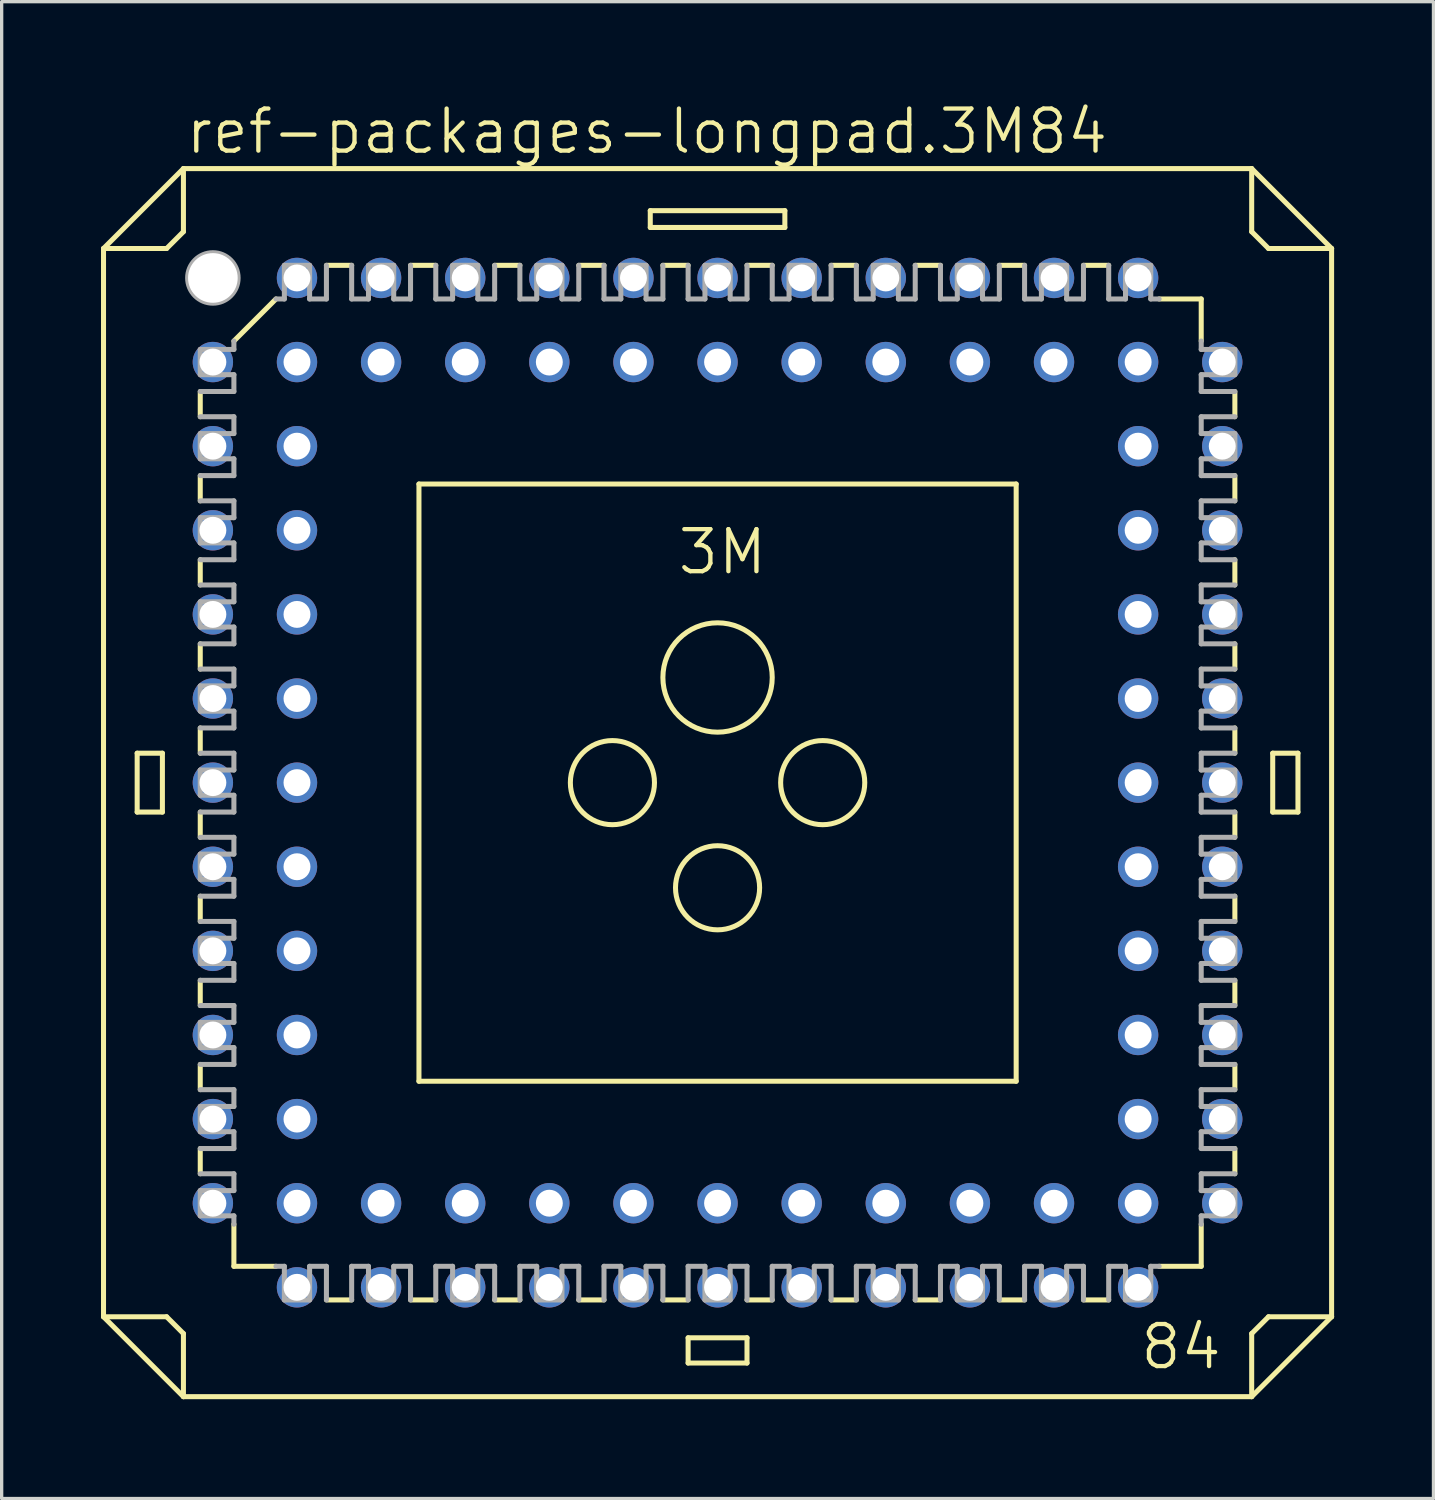
<source format=kicad_pcb>
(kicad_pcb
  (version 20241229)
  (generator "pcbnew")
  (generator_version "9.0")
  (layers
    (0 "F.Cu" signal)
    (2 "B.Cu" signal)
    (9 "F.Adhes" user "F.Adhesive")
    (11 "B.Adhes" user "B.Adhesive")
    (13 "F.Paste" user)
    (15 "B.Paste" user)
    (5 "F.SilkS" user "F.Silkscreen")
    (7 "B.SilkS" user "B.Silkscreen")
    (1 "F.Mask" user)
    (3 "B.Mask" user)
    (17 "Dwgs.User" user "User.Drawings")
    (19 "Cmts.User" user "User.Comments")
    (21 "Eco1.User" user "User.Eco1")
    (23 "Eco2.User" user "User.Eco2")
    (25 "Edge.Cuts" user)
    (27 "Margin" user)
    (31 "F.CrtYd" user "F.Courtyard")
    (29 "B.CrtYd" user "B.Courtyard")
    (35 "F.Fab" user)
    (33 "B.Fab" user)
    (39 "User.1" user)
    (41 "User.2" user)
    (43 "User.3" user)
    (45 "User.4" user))
  (footprint "ref-packages-longpad.3M84"
    (layer "F.Cu")
    (at 18.618 20.583)
    (property "Reference" "ref-packages-longpad.3M84" (at -16.129 -18.923 0) (layer "F.SilkS") (effects (font (size 1.27 1.27) (thickness 0.13)) (justify left bottom)))
    (attr through_hole)
    (fp_line (start -18.542 -16.129) (end -18.542 16.129) (stroke (width 0.152) (type default)) (layer "F.SilkS"))
    (fp_line (start -18.542 -16.129) (end -16.129 -18.542) (stroke (width 0.152) (type default)) (layer "F.SilkS"))
    (fp_line (start -18.542 16.129) (end -16.637 16.129) (stroke (width 0.152) (type default)) (layer "F.SilkS"))
    (fp_line (start -17.526 -0.889) (end -16.764 -0.889) (stroke (width 0.152) (type default)) (layer "F.SilkS"))
    (fp_line (start -17.526 0.889) (end -17.526 -0.889) (stroke (width 0.152) (type default)) (layer "F.SilkS"))
    (fp_line (start -17.526 0.889) (end -16.764 0.889) (stroke (width 0.152) (type default)) (layer "F.SilkS"))
    (fp_line (start -16.764 0.889) (end -16.764 -0.889) (stroke (width 0.152) (type default)) (layer "F.SilkS"))
    (fp_line (start -16.637 -16.129) (end -18.542 -16.129) (stroke (width 0.152) (type default)) (layer "F.SilkS"))
    (fp_line (start -16.637 -16.129) (end -16.129 -16.637) (stroke (width 0.152) (type default)) (layer "F.SilkS"))
    (fp_line (start -16.129 -18.542) (end -16.129 -16.637) (stroke (width 0.152) (type default)) (layer "F.SilkS"))
    (fp_line (start -16.129 16.637) (end -16.637 16.129) (stroke (width 0.152) (type default)) (layer "F.SilkS"))
    (fp_line (start -16.129 16.637) (end -16.129 18.542) (stroke (width 0.152) (type default)) (layer "F.SilkS"))
    (fp_line (start -16.129 18.542) (end -18.542 16.129) (stroke (width 0.152) (type default)) (layer "F.SilkS"))
    (fp_line (start -15.621 -11.811) (end -15.621 -11.049) (stroke (width 0.152) (type default)) (layer "F.SilkS"))
    (fp_line (start -15.621 -9.271) (end -15.621 -8.509) (stroke (width 0.152) (type default)) (layer "F.SilkS"))
    (fp_line (start -15.621 -6.731) (end -15.621 -5.969) (stroke (width 0.152) (type default)) (layer "F.SilkS"))
    (fp_line (start -15.621 -4.191) (end -15.621 -3.429) (stroke (width 0.152) (type default)) (layer "F.SilkS"))
    (fp_line (start -15.621 -0.889) (end -15.621 -1.651) (stroke (width 0.152) (type default)) (layer "F.SilkS"))
    (fp_line (start -15.621 1.651) (end -15.621 0.889) (stroke (width 0.152) (type default)) (layer "F.SilkS"))
    (fp_line (start -15.621 4.191) (end -15.621 3.429) (stroke (width 0.152) (type default)) (layer "F.SilkS"))
    (fp_line (start -15.621 5.969) (end -15.621 6.731) (stroke (width 0.152) (type default)) (layer "F.SilkS"))
    (fp_line (start -15.621 8.509) (end -15.621 9.271) (stroke (width 0.152) (type default)) (layer "F.SilkS"))
    (fp_line (start -15.621 11.049) (end -15.621 11.811) (stroke (width 0.152) (type default)) (layer "F.SilkS"))
    (fp_line (start -14.605 -13.335) (end -13.335 -14.605) (stroke (width 0.152) (type default)) (layer "F.SilkS"))
    (fp_line (start -14.605 14.605) (end -14.605 13.335) (stroke (width 0.152) (type default)) (layer "F.SilkS"))
    (fp_line (start -14.605 14.605) (end -13.335 14.605) (stroke (width 0.152) (type default)) (layer "F.SilkS"))
    (fp_line (start -11.811 15.621) (end -11.049 15.621) (stroke (width 0.152) (type default)) (layer "F.SilkS"))
    (fp_line (start -11.049 -15.621) (end -11.811 -15.621) (stroke (width 0.152) (type default)) (layer "F.SilkS"))
    (fp_line (start -9.271 15.621) (end -8.509 15.621) (stroke (width 0.152) (type default)) (layer "F.SilkS"))
    (fp_line (start -9.017 -9.017) (end -9.017 9.017) (stroke (width 0.152) (type default)) (layer "F.SilkS"))
    (fp_line (start -9.017 -9.017) (end 9.017 -9.017) (stroke (width 0.152) (type default)) (layer "F.SilkS"))
    (fp_line (start -8.509 -15.621) (end -9.271 -15.621) (stroke (width 0.152) (type default)) (layer "F.SilkS"))
    (fp_line (start -6.731 15.621) (end -5.969 15.621) (stroke (width 0.152) (type default)) (layer "F.SilkS"))
    (fp_line (start -5.969 -15.621) (end -6.731 -15.621) (stroke (width 0.152) (type default)) (layer "F.SilkS"))
    (fp_line (start -4.191 15.621) (end -3.429 15.621) (stroke (width 0.152) (type default)) (layer "F.SilkS"))
    (fp_line (start -3.429 -15.621) (end -4.191 -15.621) (stroke (width 0.152) (type default)) (layer "F.SilkS"))
    (fp_line (start -2.032 -17.272) (end -2.032 -16.764) (stroke (width 0.152) (type default)) (layer "F.SilkS"))
    (fp_line (start -1.651 15.621) (end -0.889 15.621) (stroke (width 0.152) (type default)) (layer "F.SilkS"))
    (fp_line (start -0.889 -15.621) (end -1.651 -15.621) (stroke (width 0.152) (type default)) (layer "F.SilkS"))
    (fp_line (start -0.889 17.526) (end -0.889 16.764) (stroke (width 0.152) (type default)) (layer "F.SilkS"))
    (fp_line (start -0.889 17.526) (end 0.889 17.526) (stroke (width 0.152) (type default)) (layer "F.SilkS"))
    (fp_line (start 0.889 15.621) (end 1.651 15.621) (stroke (width 0.152) (type default)) (layer "F.SilkS"))
    (fp_line (start 0.889 16.764) (end -0.889 16.764) (stroke (width 0.152) (type default)) (layer "F.SilkS"))
    (fp_line (start 0.889 16.764) (end 0.889 17.526) (stroke (width 0.152) (type default)) (layer "F.SilkS"))
    (fp_line (start 1.651 -15.621) (end 0.889 -15.621) (stroke (width 0.152) (type default)) (layer "F.SilkS"))
    (fp_line (start 2.032 -17.272) (end -2.032 -17.272) (stroke (width 0.152) (type default)) (layer "F.SilkS"))
    (fp_line (start 2.032 -16.764) (end -2.032 -16.764) (stroke (width 0.152) (type default)) (layer "F.SilkS"))
    (fp_line (start 2.032 -16.764) (end 2.032 -17.272) (stroke (width 0.152) (type default)) (layer "F.SilkS"))
    (fp_line (start 3.429 15.621) (end 4.191 15.621) (stroke (width 0.152) (type default)) (layer "F.SilkS"))
    (fp_line (start 4.191 -15.621) (end 3.429 -15.621) (stroke (width 0.152) (type default)) (layer "F.SilkS"))
    (fp_line (start 5.969 15.621) (end 6.731 15.621) (stroke (width 0.152) (type default)) (layer "F.SilkS"))
    (fp_line (start 6.731 -15.621) (end 5.969 -15.621) (stroke (width 0.152) (type default)) (layer "F.SilkS"))
    (fp_line (start 8.509 15.621) (end 9.271 15.621) (stroke (width 0.152) (type default)) (layer "F.SilkS"))
    (fp_line (start 9.017 9.017) (end -9.017 9.017) (stroke (width 0.152) (type default)) (layer "F.SilkS"))
    (fp_line (start 9.017 9.017) (end 9.017 -9.017) (stroke (width 0.152) (type default)) (layer "F.SilkS"))
    (fp_line (start 9.271 -15.621) (end 8.509 -15.621) (stroke (width 0.152) (type default)) (layer "F.SilkS"))
    (fp_line (start 11.049 15.621) (end 11.811 15.621) (stroke (width 0.152) (type default)) (layer "F.SilkS"))
    (fp_line (start 11.811 -15.621) (end 11.049 -15.621) (stroke (width 0.152) (type default)) (layer "F.SilkS"))
    (fp_line (start 13.335 14.605) (end 14.605 14.605) (stroke (width 0.152) (type default)) (layer "F.SilkS"))
    (fp_line (start 14.605 -14.605) (end 13.335 -14.605) (stroke (width 0.152) (type default)) (layer "F.SilkS"))
    (fp_line (start 14.605 -14.605) (end 14.605 -13.335) (stroke (width 0.152) (type default)) (layer "F.SilkS"))
    (fp_line (start 14.605 14.605) (end 14.605 13.335) (stroke (width 0.152) (type default)) (layer "F.SilkS"))
    (fp_line (start 15.621 -11.049) (end 15.621 -11.811) (stroke (width 0.152) (type default)) (layer "F.SilkS"))
    (fp_line (start 15.621 -8.509) (end 15.621 -9.271) (stroke (width 0.152) (type default)) (layer "F.SilkS"))
    (fp_line (start 15.621 -5.969) (end 15.621 -6.731) (stroke (width 0.152) (type default)) (layer "F.SilkS"))
    (fp_line (start 15.621 -4.191) (end 15.621 -3.429) (stroke (width 0.152) (type default)) (layer "F.SilkS"))
    (fp_line (start 15.621 -1.651) (end 15.621 -0.889) (stroke (width 0.152) (type default)) (layer "F.SilkS"))
    (fp_line (start 15.621 0.889) (end 15.621 1.651) (stroke (width 0.152) (type default)) (layer "F.SilkS"))
    (fp_line (start 15.621 4.191) (end 15.621 3.429) (stroke (width 0.152) (type default)) (layer "F.SilkS"))
    (fp_line (start 15.621 6.731) (end 15.621 5.969) (stroke (width 0.152) (type default)) (layer "F.SilkS"))
    (fp_line (start 15.621 9.271) (end 15.621 8.509) (stroke (width 0.152) (type default)) (layer "F.SilkS"))
    (fp_line (start 15.621 11.811) (end 15.621 11.049) (stroke (width 0.152) (type default)) (layer "F.SilkS"))
    (fp_line (start 16.129 -18.542) (end -16.129 -18.542) (stroke (width 0.152) (type default)) (layer "F.SilkS"))
    (fp_line (start 16.129 -18.542) (end 18.542 -16.129) (stroke (width 0.152) (type default)) (layer "F.SilkS"))
    (fp_line (start 16.129 -16.637) (end 16.129 -18.542) (stroke (width 0.152) (type default)) (layer "F.SilkS"))
    (fp_line (start 16.129 -16.637) (end 16.637 -16.129) (stroke (width 0.152) (type default)) (layer "F.SilkS"))
    (fp_line (start 16.129 18.542) (end -16.129 18.542) (stroke (width 0.152) (type default)) (layer "F.SilkS"))
    (fp_line (start 16.129 18.542) (end 16.129 16.637) (stroke (width 0.152) (type default)) (layer "F.SilkS"))
    (fp_line (start 16.637 16.129) (end 16.129 16.637) (stroke (width 0.152) (type default)) (layer "F.SilkS"))
    (fp_line (start 16.637 16.129) (end 18.542 16.129) (stroke (width 0.152) (type default)) (layer "F.SilkS"))
    (fp_line (start 16.764 -0.889) (end 16.764 0.889) (stroke (width 0.152) (type default)) (layer "F.SilkS"))
    (fp_line (start 16.764 -0.889) (end 17.526 -0.889) (stroke (width 0.152) (type default)) (layer "F.SilkS"))
    (fp_line (start 17.526 0.889) (end 16.764 0.889) (stroke (width 0.152) (type default)) (layer "F.SilkS"))
    (fp_line (start 17.526 0.889) (end 17.526 -0.889) (stroke (width 0.152) (type default)) (layer "F.SilkS"))
    (fp_line (start 18.542 -16.129) (end 16.637 -16.129) (stroke (width 0.152) (type default)) (layer "F.SilkS"))
    (fp_line (start 18.542 -16.129) (end 18.542 16.129) (stroke (width 0.152) (type default)) (layer "F.SilkS"))
    (fp_line (start 18.542 16.129) (end 16.129 18.542) (stroke (width 0.152) (type default)) (layer "F.SilkS"))
    (fp_circle (center -3.175 0) (end -1.905 0) (stroke (width 0.152) (type default)) (fill no) (layer "F.SilkS"))
    (fp_circle (center 0 -3.175) (end 1.651 -3.175) (stroke (width 0.152) (type default)) (fill no) (layer "F.SilkS"))
    (fp_circle (center 0 3.175) (end 1.27 3.175) (stroke (width 0.152) (type default)) (fill no) (layer "F.SilkS"))
    (fp_circle (center 3.175 0) (end 4.445 0) (stroke (width 0.152) (type default)) (fill no) (layer "F.SilkS"))
    (fp_line (start -15.621 -12.319) (end -15.621 -13.081) (stroke (width 0.152) (type default)) (layer "F.Fab"))
    (fp_line (start -15.621 -12.319) (end -14.605 -12.319) (stroke (width 0.152) (type default)) (layer "F.Fab"))
    (fp_line (start -15.621 -11.811) (end -14.605 -11.811) (stroke (width 0.152) (type default)) (layer "F.Fab"))
    (fp_line (start -15.621 -9.779) (end -15.621 -10.541) (stroke (width 0.152) (type default)) (layer "F.Fab"))
    (fp_line (start -15.621 -9.779) (end -14.605 -9.779) (stroke (width 0.152) (type default)) (layer "F.Fab"))
    (fp_line (start -15.621 -9.271) (end -14.605 -9.271) (stroke (width 0.152) (type default)) (layer "F.Fab"))
    (fp_line (start -15.621 -7.239) (end -15.621 -8.001) (stroke (width 0.152) (type default)) (layer "F.Fab"))
    (fp_line (start -15.621 -7.239) (end -14.605 -7.239) (stroke (width 0.152) (type default)) (layer "F.Fab"))
    (fp_line (start -15.621 -6.731) (end -14.605 -6.731) (stroke (width 0.152) (type default)) (layer "F.Fab"))
    (fp_line (start -15.621 -4.699) (end -15.621 -5.461) (stroke (width 0.152) (type default)) (layer "F.Fab"))
    (fp_line (start -15.621 -4.699) (end -14.605 -4.699) (stroke (width 0.152) (type default)) (layer "F.Fab"))
    (fp_line (start -15.621 -4.191) (end -14.605 -4.191) (stroke (width 0.152) (type default)) (layer "F.Fab"))
    (fp_line (start -15.621 -2.159) (end -15.621 -2.921) (stroke (width 0.152) (type default)) (layer "F.Fab"))
    (fp_line (start -15.621 -2.159) (end -14.605 -2.159) (stroke (width 0.152) (type default)) (layer "F.Fab"))
    (fp_line (start -15.621 -0.889) (end -14.605 -0.889) (stroke (width 0.152) (type default)) (layer "F.Fab"))
    (fp_line (start -15.621 0.381) (end -15.621 -0.381) (stroke (width 0.152) (type default)) (layer "F.Fab"))
    (fp_line (start -15.621 0.381) (end -14.605 0.381) (stroke (width 0.152) (type default)) (layer "F.Fab"))
    (fp_line (start -15.621 1.651) (end -14.605 1.651) (stroke (width 0.152) (type default)) (layer "F.Fab"))
    (fp_line (start -15.621 2.921) (end -15.621 2.159) (stroke (width 0.152) (type default)) (layer "F.Fab"))
    (fp_line (start -15.621 2.921) (end -14.605 2.921) (stroke (width 0.152) (type default)) (layer "F.Fab"))
    (fp_line (start -15.621 4.191) (end -14.605 4.191) (stroke (width 0.152) (type default)) (layer "F.Fab"))
    (fp_line (start -15.621 5.461) (end -15.621 4.699) (stroke (width 0.152) (type default)) (layer "F.Fab"))
    (fp_line (start -15.621 5.461) (end -14.605 5.461) (stroke (width 0.152) (type default)) (layer "F.Fab"))
    (fp_line (start -15.621 5.969) (end -14.605 5.969) (stroke (width 0.152) (type default)) (layer "F.Fab"))
    (fp_line (start -15.621 8.001) (end -15.621 7.239) (stroke (width 0.152) (type default)) (layer "F.Fab"))
    (fp_line (start -15.621 8.001) (end -14.605 8.001) (stroke (width 0.152) (type default)) (layer "F.Fab"))
    (fp_line (start -15.621 8.509) (end -14.605 8.509) (stroke (width 0.152) (type default)) (layer "F.Fab"))
    (fp_line (start -15.621 10.541) (end -15.621 9.779) (stroke (width 0.152) (type default)) (layer "F.Fab"))
    (fp_line (start -15.621 10.541) (end -14.605 10.541) (stroke (width 0.152) (type default)) (layer "F.Fab"))
    (fp_line (start -15.621 11.049) (end -14.605 11.049) (stroke (width 0.152) (type default)) (layer "F.Fab"))
    (fp_line (start -15.621 13.081) (end -15.621 12.319) (stroke (width 0.152) (type default)) (layer "F.Fab"))
    (fp_line (start -15.621 13.081) (end -14.605 13.081) (stroke (width 0.152) (type default)) (layer "F.Fab"))
    (fp_line (start -14.605 -13.081) (end -15.621 -13.081) (stroke (width 0.152) (type default)) (layer "F.Fab"))
    (fp_line (start -14.605 -13.081) (end -14.605 -13.335) (stroke (width 0.152) (type default)) (layer "F.Fab"))
    (fp_line (start -14.605 -12.319) (end -14.605 -11.811) (stroke (width 0.152) (type default)) (layer "F.Fab"))
    (fp_line (start -14.605 -11.049) (end -15.621 -11.049) (stroke (width 0.152) (type default)) (layer "F.Fab"))
    (fp_line (start -14.605 -10.541) (end -15.621 -10.541) (stroke (width 0.152) (type default)) (layer "F.Fab"))
    (fp_line (start -14.605 -10.541) (end -14.605 -11.049) (stroke (width 0.152) (type default)) (layer "F.Fab"))
    (fp_line (start -14.605 -9.779) (end -14.605 -9.271) (stroke (width 0.152) (type default)) (layer "F.Fab"))
    (fp_line (start -14.605 -8.509) (end -15.621 -8.509) (stroke (width 0.152) (type default)) (layer "F.Fab"))
    (fp_line (start -14.605 -8.001) (end -15.621 -8.001) (stroke (width 0.152) (type default)) (layer "F.Fab"))
    (fp_line (start -14.605 -8.001) (end -14.605 -8.509) (stroke (width 0.152) (type default)) (layer "F.Fab"))
    (fp_line (start -14.605 -6.731) (end -14.605 -7.239) (stroke (width 0.152) (type default)) (layer "F.Fab"))
    (fp_line (start -14.605 -5.969) (end -15.621 -5.969) (stroke (width 0.152) (type default)) (layer "F.Fab"))
    (fp_line (start -14.605 -5.969) (end -14.605 -5.461) (stroke (width 0.152) (type default)) (layer "F.Fab"))
    (fp_line (start -14.605 -5.461) (end -15.621 -5.461) (stroke (width 0.152) (type default)) (layer "F.Fab"))
    (fp_line (start -14.605 -4.699) (end -14.605 -4.191) (stroke (width 0.152) (type default)) (layer "F.Fab"))
    (fp_line (start -14.605 -3.429) (end -15.621 -3.429) (stroke (width 0.152) (type default)) (layer "F.Fab"))
    (fp_line (start -14.605 -3.429) (end -14.605 -2.921) (stroke (width 0.152) (type default)) (layer "F.Fab"))
    (fp_line (start -14.605 -2.921) (end -15.621 -2.921) (stroke (width 0.152) (type default)) (layer "F.Fab"))
    (fp_line (start -14.605 -2.159) (end -14.605 -1.651) (stroke (width 0.152) (type default)) (layer "F.Fab"))
    (fp_line (start -14.605 -1.651) (end -15.621 -1.651) (stroke (width 0.152) (type default)) (layer "F.Fab"))
    (fp_line (start -14.605 -0.381) (end -15.621 -0.381) (stroke (width 0.152) (type default)) (layer "F.Fab"))
    (fp_line (start -14.605 -0.381) (end -14.605 -0.889) (stroke (width 0.152) (type default)) (layer "F.Fab"))
    (fp_line (start -14.605 0.889) (end -15.621 0.889) (stroke (width 0.152) (type default)) (layer "F.Fab"))
    (fp_line (start -14.605 0.889) (end -14.605 0.381) (stroke (width 0.152) (type default)) (layer "F.Fab"))
    (fp_line (start -14.605 2.159) (end -15.621 2.159) (stroke (width 0.152) (type default)) (layer "F.Fab"))
    (fp_line (start -14.605 2.159) (end -14.605 1.651) (stroke (width 0.152) (type default)) (layer "F.Fab"))
    (fp_line (start -14.605 3.429) (end -15.621 3.429) (stroke (width 0.152) (type default)) (layer "F.Fab"))
    (fp_line (start -14.605 3.429) (end -14.605 2.921) (stroke (width 0.152) (type default)) (layer "F.Fab"))
    (fp_line (start -14.605 4.699) (end -15.621 4.699) (stroke (width 0.152) (type default)) (layer "F.Fab"))
    (fp_line (start -14.605 4.699) (end -14.605 4.191) (stroke (width 0.152) (type default)) (layer "F.Fab"))
    (fp_line (start -14.605 5.461) (end -14.605 5.969) (stroke (width 0.152) (type default)) (layer "F.Fab"))
    (fp_line (start -14.605 6.731) (end -15.621 6.731) (stroke (width 0.152) (type default)) (layer "F.Fab"))
    (fp_line (start -14.605 6.731) (end -14.605 7.239) (stroke (width 0.152) (type default)) (layer "F.Fab"))
    (fp_line (start -14.605 7.239) (end -15.621 7.239) (stroke (width 0.152) (type default)) (layer "F.Fab"))
    (fp_line (start -14.605 8.001) (end -14.605 8.509) (stroke (width 0.152) (type default)) (layer "F.Fab"))
    (fp_line (start -14.605 9.271) (end -15.621 9.271) (stroke (width 0.152) (type default)) (layer "F.Fab"))
    (fp_line (start -14.605 9.271) (end -14.605 9.779) (stroke (width 0.152) (type default)) (layer "F.Fab"))
    (fp_line (start -14.605 9.779) (end -15.621 9.779) (stroke (width 0.152) (type default)) (layer "F.Fab"))
    (fp_line (start -14.605 10.541) (end -14.605 11.049) (stroke (width 0.152) (type default)) (layer "F.Fab"))
    (fp_line (start -14.605 11.811) (end -15.621 11.811) (stroke (width 0.152) (type default)) (layer "F.Fab"))
    (fp_line (start -14.605 11.811) (end -14.605 12.319) (stroke (width 0.152) (type default)) (layer "F.Fab"))
    (fp_line (start -14.605 12.319) (end -15.621 12.319) (stroke (width 0.152) (type default)) (layer "F.Fab"))
    (fp_line (start -14.605 13.081) (end -14.605 13.335) (stroke (width 0.152) (type default)) (layer "F.Fab"))
    (fp_line (start -13.335 -14.605) (end -13.081 -14.605) (stroke (width 0.152) (type default)) (layer "F.Fab"))
    (fp_line (start -13.335 14.605) (end -13.081 14.605) (stroke (width 0.152) (type default)) (layer "F.Fab"))
    (fp_line (start -13.081 -15.621) (end -12.319 -15.621) (stroke (width 0.152) (type default)) (layer "F.Fab"))
    (fp_line (start -13.081 -14.605) (end -13.081 -15.621) (stroke (width 0.152) (type default)) (layer "F.Fab"))
    (fp_line (start -13.081 14.605) (end -13.081 15.621) (stroke (width 0.152) (type default)) (layer "F.Fab"))
    (fp_line (start -12.319 -14.605) (end -12.319 -15.621) (stroke (width 0.152) (type default)) (layer "F.Fab"))
    (fp_line (start -12.319 14.605) (end -11.811 14.605) (stroke (width 0.152) (type default)) (layer "F.Fab"))
    (fp_line (start -12.319 15.621) (end -13.081 15.621) (stroke (width 0.152) (type default)) (layer "F.Fab"))
    (fp_line (start -12.319 15.621) (end -12.319 14.605) (stroke (width 0.152) (type default)) (layer "F.Fab"))
    (fp_line (start -11.811 -14.605) (end -12.319 -14.605) (stroke (width 0.152) (type default)) (layer "F.Fab"))
    (fp_line (start -11.811 -14.605) (end -11.811 -15.621) (stroke (width 0.152) (type default)) (layer "F.Fab"))
    (fp_line (start -11.811 15.621) (end -11.811 14.605) (stroke (width 0.152) (type default)) (layer "F.Fab"))
    (fp_line (start -11.049 -15.621) (end -11.049 -14.605) (stroke (width 0.152) (type default)) (layer "F.Fab"))
    (fp_line (start -11.049 14.605) (end -11.049 15.621) (stroke (width 0.152) (type default)) (layer "F.Fab"))
    (fp_line (start -10.541 -15.621) (end -9.779 -15.621) (stroke (width 0.152) (type default)) (layer "F.Fab"))
    (fp_line (start -10.541 -14.605) (end -11.049 -14.605) (stroke (width 0.152) (type default)) (layer "F.Fab"))
    (fp_line (start -10.541 -14.605) (end -10.541 -15.621) (stroke (width 0.152) (type default)) (layer "F.Fab"))
    (fp_line (start -10.541 14.605) (end -11.049 14.605) (stroke (width 0.152) (type default)) (layer "F.Fab"))
    (fp_line (start -10.541 14.605) (end -10.541 15.621) (stroke (width 0.152) (type default)) (layer "F.Fab"))
    (fp_line (start -9.779 -14.605) (end -9.779 -15.621) (stroke (width 0.152) (type default)) (layer "F.Fab"))
    (fp_line (start -9.779 14.605) (end -9.271 14.605) (stroke (width 0.152) (type default)) (layer "F.Fab"))
    (fp_line (start -9.779 15.621) (end -10.541 15.621) (stroke (width 0.152) (type default)) (layer "F.Fab"))
    (fp_line (start -9.779 15.621) (end -9.779 14.605) (stroke (width 0.152) (type default)) (layer "F.Fab"))
    (fp_line (start -9.271 -14.605) (end -9.779 -14.605) (stroke (width 0.152) (type default)) (layer "F.Fab"))
    (fp_line (start -9.271 -14.605) (end -9.271 -15.621) (stroke (width 0.152) (type default)) (layer "F.Fab"))
    (fp_line (start -9.271 15.621) (end -9.271 14.605) (stroke (width 0.152) (type default)) (layer "F.Fab"))
    (fp_line (start -8.509 -15.621) (end -8.509 -14.605) (stroke (width 0.152) (type default)) (layer "F.Fab"))
    (fp_line (start -8.509 14.605) (end -8.509 15.621) (stroke (width 0.152) (type default)) (layer "F.Fab"))
    (fp_line (start -8.001 -15.621) (end -7.239 -15.621) (stroke (width 0.152) (type default)) (layer "F.Fab"))
    (fp_line (start -8.001 -14.605) (end -8.509 -14.605) (stroke (width 0.152) (type default)) (layer "F.Fab"))
    (fp_line (start -8.001 -14.605) (end -8.001 -15.621) (stroke (width 0.152) (type default)) (layer "F.Fab"))
    (fp_line (start -8.001 14.605) (end -8.509 14.605) (stroke (width 0.152) (type default)) (layer "F.Fab"))
    (fp_line (start -8.001 14.605) (end -8.001 15.621) (stroke (width 0.152) (type default)) (layer "F.Fab"))
    (fp_line (start -7.239 -14.605) (end -7.239 -15.621) (stroke (width 0.152) (type default)) (layer "F.Fab"))
    (fp_line (start -7.239 15.621) (end -8.001 15.621) (stroke (width 0.152) (type default)) (layer "F.Fab"))
    (fp_line (start -7.239 15.621) (end -7.239 14.605) (stroke (width 0.152) (type default)) (layer "F.Fab"))
    (fp_line (start -6.731 -14.605) (end -7.239 -14.605) (stroke (width 0.152) (type default)) (layer "F.Fab"))
    (fp_line (start -6.731 -14.605) (end -6.731 -15.621) (stroke (width 0.152) (type default)) (layer "F.Fab"))
    (fp_line (start -6.731 14.605) (end -7.239 14.605) (stroke (width 0.152) (type default)) (layer "F.Fab"))
    (fp_line (start -6.731 15.621) (end -6.731 14.605) (stroke (width 0.152) (type default)) (layer "F.Fab"))
    (fp_line (start -5.969 -15.621) (end -5.969 -14.605) (stroke (width 0.152) (type default)) (layer "F.Fab"))
    (fp_line (start -5.969 14.605) (end -5.969 15.621) (stroke (width 0.152) (type default)) (layer "F.Fab"))
    (fp_line (start -5.969 14.605) (end -5.461 14.605) (stroke (width 0.152) (type default)) (layer "F.Fab"))
    (fp_line (start -5.461 -15.621) (end -4.699 -15.621) (stroke (width 0.152) (type default)) (layer "F.Fab"))
    (fp_line (start -5.461 -14.605) (end -5.969 -14.605) (stroke (width 0.152) (type default)) (layer "F.Fab"))
    (fp_line (start -5.461 -14.605) (end -5.461 -15.621) (stroke (width 0.152) (type default)) (layer "F.Fab"))
    (fp_line (start -5.461 14.605) (end -5.461 15.621) (stroke (width 0.152) (type default)) (layer "F.Fab"))
    (fp_line (start -4.699 -14.605) (end -4.699 -15.621) (stroke (width 0.152) (type default)) (layer "F.Fab"))
    (fp_line (start -4.699 14.605) (end -4.191 14.605) (stroke (width 0.152) (type default)) (layer "F.Fab"))
    (fp_line (start -4.699 15.621) (end -5.461 15.621) (stroke (width 0.152) (type default)) (layer "F.Fab"))
    (fp_line (start -4.699 15.621) (end -4.699 14.605) (stroke (width 0.152) (type default)) (layer "F.Fab"))
    (fp_line (start -4.191 -14.605) (end -4.699 -14.605) (stroke (width 0.152) (type default)) (layer "F.Fab"))
    (fp_line (start -4.191 -14.605) (end -4.191 -15.621) (stroke (width 0.152) (type default)) (layer "F.Fab"))
    (fp_line (start -4.191 15.621) (end -4.191 14.605) (stroke (width 0.152) (type default)) (layer "F.Fab"))
    (fp_line (start -3.429 -15.621) (end -3.429 -14.605) (stroke (width 0.152) (type default)) (layer "F.Fab"))
    (fp_line (start -3.429 14.605) (end -3.429 15.621) (stroke (width 0.152) (type default)) (layer "F.Fab"))
    (fp_line (start -3.429 14.605) (end -2.921 14.605) (stroke (width 0.152) (type default)) (layer "F.Fab"))
    (fp_line (start -2.921 -15.621) (end -2.159 -15.621) (stroke (width 0.152) (type default)) (layer "F.Fab"))
    (fp_line (start -2.921 -14.605) (end -3.429 -14.605) (stroke (width 0.152) (type default)) (layer "F.Fab"))
    (fp_line (start -2.921 -14.605) (end -2.921 -15.621) (stroke (width 0.152) (type default)) (layer "F.Fab"))
    (fp_line (start -2.921 14.605) (end -2.921 15.621) (stroke (width 0.152) (type default)) (layer "F.Fab"))
    (fp_line (start -2.159 -14.605) (end -2.159 -15.621) (stroke (width 0.152) (type default)) (layer "F.Fab"))
    (fp_line (start -2.159 14.605) (end -1.651 14.605) (stroke (width 0.152) (type default)) (layer "F.Fab"))
    (fp_line (start -2.159 15.621) (end -2.921 15.621) (stroke (width 0.152) (type default)) (layer "F.Fab"))
    (fp_line (start -2.159 15.621) (end -2.159 14.605) (stroke (width 0.152) (type default)) (layer "F.Fab"))
    (fp_line (start -1.651 -14.605) (end -2.159 -14.605) (stroke (width 0.152) (type default)) (layer "F.Fab"))
    (fp_line (start -1.651 -14.605) (end -1.651 -15.621) (stroke (width 0.152) (type default)) (layer "F.Fab"))
    (fp_line (start -1.651 15.621) (end -1.651 14.605) (stroke (width 0.152) (type default)) (layer "F.Fab"))
    (fp_line (start -0.889 -15.621) (end -0.889 -14.605) (stroke (width 0.152) (type default)) (layer "F.Fab"))
    (fp_line (start -0.889 14.605) (end -0.889 15.621) (stroke (width 0.152) (type default)) (layer "F.Fab"))
    (fp_line (start -0.889 14.605) (end -0.381 14.605) (stroke (width 0.152) (type default)) (layer "F.Fab"))
    (fp_line (start -0.381 -15.621) (end -0.381 -14.605) (stroke (width 0.152) (type default)) (layer "F.Fab"))
    (fp_line (start -0.381 -15.621) (end 0.381 -15.621) (stroke (width 0.152) (type default)) (layer "F.Fab"))
    (fp_line (start -0.381 -14.605) (end -0.889 -14.605) (stroke (width 0.152) (type default)) (layer "F.Fab"))
    (fp_line (start -0.381 14.605) (end -0.381 15.621) (stroke (width 0.152) (type default)) (layer "F.Fab"))
    (fp_line (start 0.381 -14.605) (end 0.381 -15.621) (stroke (width 0.152) (type default)) (layer "F.Fab"))
    (fp_line (start 0.381 14.605) (end 0.889 14.605) (stroke (width 0.152) (type default)) (layer "F.Fab"))
    (fp_line (start 0.381 15.621) (end -0.381 15.621) (stroke (width 0.152) (type default)) (layer "F.Fab"))
    (fp_line (start 0.381 15.621) (end 0.381 14.605) (stroke (width 0.152) (type default)) (layer "F.Fab"))
    (fp_line (start 0.889 -14.605) (end 0.381 -14.605) (stroke (width 0.152) (type default)) (layer "F.Fab"))
    (fp_line (start 0.889 -14.605) (end 0.889 -15.621) (stroke (width 0.152) (type default)) (layer "F.Fab"))
    (fp_line (start 0.889 15.621) (end 0.889 14.605) (stroke (width 0.152) (type default)) (layer "F.Fab"))
    (fp_line (start 1.651 -15.621) (end 1.651 -14.605) (stroke (width 0.152) (type default)) (layer "F.Fab"))
    (fp_line (start 1.651 14.605) (end 1.651 15.621) (stroke (width 0.152) (type default)) (layer "F.Fab"))
    (fp_line (start 1.651 14.605) (end 2.159 14.605) (stroke (width 0.152) (type default)) (layer "F.Fab"))
    (fp_line (start 2.159 -15.621) (end 2.159 -14.605) (stroke (width 0.152) (type default)) (layer "F.Fab"))
    (fp_line (start 2.159 -15.621) (end 2.921 -15.621) (stroke (width 0.152) (type default)) (layer "F.Fab"))
    (fp_line (start 2.159 -14.605) (end 1.651 -14.605) (stroke (width 0.152) (type default)) (layer "F.Fab"))
    (fp_line (start 2.159 14.605) (end 2.159 15.621) (stroke (width 0.152) (type default)) (layer "F.Fab"))
    (fp_line (start 2.921 -14.605) (end 2.921 -15.621) (stroke (width 0.152) (type default)) (layer "F.Fab"))
    (fp_line (start 2.921 14.605) (end 3.429 14.605) (stroke (width 0.152) (type default)) (layer "F.Fab"))
    (fp_line (start 2.921 15.621) (end 2.159 15.621) (stroke (width 0.152) (type default)) (layer "F.Fab"))
    (fp_line (start 2.921 15.621) (end 2.921 14.605) (stroke (width 0.152) (type default)) (layer "F.Fab"))
    (fp_line (start 3.429 -14.605) (end 2.921 -14.605) (stroke (width 0.152) (type default)) (layer "F.Fab"))
    (fp_line (start 3.429 -14.605) (end 3.429 -15.621) (stroke (width 0.152) (type default)) (layer "F.Fab"))
    (fp_line (start 3.429 15.621) (end 3.429 14.605) (stroke (width 0.152) (type default)) (layer "F.Fab"))
    (fp_line (start 4.191 -15.621) (end 4.191 -14.605) (stroke (width 0.152) (type default)) (layer "F.Fab"))
    (fp_line (start 4.191 14.605) (end 4.191 15.621) (stroke (width 0.152) (type default)) (layer "F.Fab"))
    (fp_line (start 4.191 14.605) (end 4.699 14.605) (stroke (width 0.152) (type default)) (layer "F.Fab"))
    (fp_line (start 4.699 -15.621) (end 4.699 -14.605) (stroke (width 0.152) (type default)) (layer "F.Fab"))
    (fp_line (start 4.699 -15.621) (end 5.461 -15.621) (stroke (width 0.152) (type default)) (layer "F.Fab"))
    (fp_line (start 4.699 -14.605) (end 4.191 -14.605) (stroke (width 0.152) (type default)) (layer "F.Fab"))
    (fp_line (start 4.699 14.605) (end 4.699 15.621) (stroke (width 0.152) (type default)) (layer "F.Fab"))
    (fp_line (start 5.461 -14.605) (end 5.461 -15.621) (stroke (width 0.152) (type default)) (layer "F.Fab"))
    (fp_line (start 5.461 14.605) (end 5.969 14.605) (stroke (width 0.152) (type default)) (layer "F.Fab"))
    (fp_line (start 5.461 15.621) (end 4.699 15.621) (stroke (width 0.152) (type default)) (layer "F.Fab"))
    (fp_line (start 5.461 15.621) (end 5.461 14.605) (stroke (width 0.152) (type default)) (layer "F.Fab"))
    (fp_line (start 5.969 -14.605) (end 5.461 -14.605) (stroke (width 0.152) (type default)) (layer "F.Fab"))
    (fp_line (start 5.969 -14.605) (end 5.969 -15.621) (stroke (width 0.152) (type default)) (layer "F.Fab"))
    (fp_line (start 5.969 15.621) (end 5.969 14.605) (stroke (width 0.152) (type default)) (layer "F.Fab"))
    (fp_line (start 6.731 -15.621) (end 6.731 -14.605) (stroke (width 0.152) (type default)) (layer "F.Fab"))
    (fp_line (start 6.731 -14.605) (end 7.239 -14.605) (stroke (width 0.152) (type default)) (layer "F.Fab"))
    (fp_line (start 6.731 14.605) (end 6.731 15.621) (stroke (width 0.152) (type default)) (layer "F.Fab"))
    (fp_line (start 6.731 14.605) (end 7.239 14.605) (stroke (width 0.152) (type default)) (layer "F.Fab"))
    (fp_line (start 7.239 -15.621) (end 7.239 -14.605) (stroke (width 0.152) (type default)) (layer "F.Fab"))
    (fp_line (start 7.239 -15.621) (end 8.001 -15.621) (stroke (width 0.152) (type default)) (layer "F.Fab"))
    (fp_line (start 7.239 14.605) (end 7.239 15.621) (stroke (width 0.152) (type default)) (layer "F.Fab"))
    (fp_line (start 8.001 -14.605) (end 8.001 -15.621) (stroke (width 0.152) (type default)) (layer "F.Fab"))
    (fp_line (start 8.001 -14.605) (end 8.509 -14.605) (stroke (width 0.152) (type default)) (layer "F.Fab"))
    (fp_line (start 8.001 14.605) (end 8.509 14.605) (stroke (width 0.152) (type default)) (layer "F.Fab"))
    (fp_line (start 8.001 15.621) (end 7.239 15.621) (stroke (width 0.152) (type default)) (layer "F.Fab"))
    (fp_line (start 8.001 15.621) (end 8.001 14.605) (stroke (width 0.152) (type default)) (layer "F.Fab"))
    (fp_line (start 8.509 -14.605) (end 8.509 -15.621) (stroke (width 0.152) (type default)) (layer "F.Fab"))
    (fp_line (start 8.509 15.621) (end 8.509 14.605) (stroke (width 0.152) (type default)) (layer "F.Fab"))
    (fp_line (start 9.271 -15.621) (end 9.271 -14.605) (stroke (width 0.152) (type default)) (layer "F.Fab"))
    (fp_line (start 9.271 15.621) (end 9.271 14.605) (stroke (width 0.152) (type default)) (layer "F.Fab"))
    (fp_line (start 9.779 -15.621) (end 9.779 -14.605) (stroke (width 0.152) (type default)) (layer "F.Fab"))
    (fp_line (start 9.779 -15.621) (end 10.541 -15.621) (stroke (width 0.152) (type default)) (layer "F.Fab"))
    (fp_line (start 9.779 -14.605) (end 9.271 -14.605) (stroke (width 0.152) (type default)) (layer "F.Fab"))
    (fp_line (start 9.779 14.605) (end 9.271 14.605) (stroke (width 0.152) (type default)) (layer "F.Fab"))
    (fp_line (start 9.779 14.605) (end 9.779 15.621) (stroke (width 0.152) (type default)) (layer "F.Fab"))
    (fp_line (start 10.541 -14.605) (end 10.541 -15.621) (stroke (width 0.152) (type default)) (layer "F.Fab"))
    (fp_line (start 10.541 -14.605) (end 11.049 -14.605) (stroke (width 0.152) (type default)) (layer "F.Fab"))
    (fp_line (start 10.541 14.605) (end 11.049 14.605) (stroke (width 0.152) (type default)) (layer "F.Fab"))
    (fp_line (start 10.541 15.621) (end 9.779 15.621) (stroke (width 0.152) (type default)) (layer "F.Fab"))
    (fp_line (start 10.541 15.621) (end 10.541 14.605) (stroke (width 0.152) (type default)) (layer "F.Fab"))
    (fp_line (start 11.049 -14.605) (end 11.049 -15.621) (stroke (width 0.152) (type default)) (layer "F.Fab"))
    (fp_line (start 11.049 15.621) (end 11.049 14.605) (stroke (width 0.152) (type default)) (layer "F.Fab"))
    (fp_line (start 11.811 -15.621) (end 11.811 -14.605) (stroke (width 0.152) (type default)) (layer "F.Fab"))
    (fp_line (start 11.811 15.621) (end 11.811 14.605) (stroke (width 0.152) (type default)) (layer "F.Fab"))
    (fp_line (start 12.319 -15.621) (end 12.319 -14.605) (stroke (width 0.152) (type default)) (layer "F.Fab"))
    (fp_line (start 12.319 -15.621) (end 13.081 -15.621) (stroke (width 0.152) (type default)) (layer "F.Fab"))
    (fp_line (start 12.319 -14.605) (end 11.811 -14.605) (stroke (width 0.152) (type default)) (layer "F.Fab"))
    (fp_line (start 12.319 14.605) (end 11.811 14.605) (stroke (width 0.152) (type default)) (layer "F.Fab"))
    (fp_line (start 12.319 14.605) (end 12.319 15.621) (stroke (width 0.152) (type default)) (layer "F.Fab"))
    (fp_line (start 13.081 -14.605) (end 13.081 -15.621) (stroke (width 0.152) (type default)) (layer "F.Fab"))
    (fp_line (start 13.081 14.605) (end 13.335 14.605) (stroke (width 0.152) (type default)) (layer "F.Fab"))
    (fp_line (start 13.081 15.621) (end 12.319 15.621) (stroke (width 0.152) (type default)) (layer "F.Fab"))
    (fp_line (start 13.081 15.621) (end 13.081 14.605) (stroke (width 0.152) (type default)) (layer "F.Fab"))
    (fp_line (start 13.335 -14.605) (end 13.081 -14.605) (stroke (width 0.152) (type default)) (layer "F.Fab"))
    (fp_line (start 14.605 -13.081) (end 14.605 -13.335) (stroke (width 0.152) (type default)) (layer "F.Fab"))
    (fp_line (start 14.605 -12.319) (end 14.605 -11.811) (stroke (width 0.152) (type default)) (layer "F.Fab"))
    (fp_line (start 14.605 -12.319) (end 15.621 -12.319) (stroke (width 0.152) (type default)) (layer "F.Fab"))
    (fp_line (start 14.605 -11.811) (end 15.621 -11.811) (stroke (width 0.152) (type default)) (layer "F.Fab"))
    (fp_line (start 14.605 -10.541) (end 14.605 -11.049) (stroke (width 0.152) (type default)) (layer "F.Fab"))
    (fp_line (start 14.605 -9.779) (end 14.605 -9.271) (stroke (width 0.152) (type default)) (layer "F.Fab"))
    (fp_line (start 14.605 -9.779) (end 15.621 -9.779) (stroke (width 0.152) (type default)) (layer "F.Fab"))
    (fp_line (start 14.605 -9.271) (end 15.621 -9.271) (stroke (width 0.152) (type default)) (layer "F.Fab"))
    (fp_line (start 14.605 -8.001) (end 14.605 -8.509) (stroke (width 0.152) (type default)) (layer "F.Fab"))
    (fp_line (start 14.605 -7.239) (end 15.621 -7.239) (stroke (width 0.152) (type default)) (layer "F.Fab"))
    (fp_line (start 14.605 -6.731) (end 14.605 -7.239) (stroke (width 0.152) (type default)) (layer "F.Fab"))
    (fp_line (start 14.605 -6.731) (end 15.621 -6.731) (stroke (width 0.152) (type default)) (layer "F.Fab"))
    (fp_line (start 14.605 -5.461) (end 14.605 -5.969) (stroke (width 0.152) (type default)) (layer "F.Fab"))
    (fp_line (start 14.605 -4.699) (end 14.605 -4.191) (stroke (width 0.152) (type default)) (layer "F.Fab"))
    (fp_line (start 14.605 -4.699) (end 15.621 -4.699) (stroke (width 0.152) (type default)) (layer "F.Fab"))
    (fp_line (start 14.605 -3.429) (end 14.605 -2.921) (stroke (width 0.152) (type default)) (layer "F.Fab"))
    (fp_line (start 14.605 -3.429) (end 15.621 -3.429) (stroke (width 0.152) (type default)) (layer "F.Fab"))
    (fp_line (start 14.605 -2.159) (end 14.605 -1.651) (stroke (width 0.152) (type default)) (layer "F.Fab"))
    (fp_line (start 14.605 -2.159) (end 15.621 -2.159) (stroke (width 0.152) (type default)) (layer "F.Fab"))
    (fp_line (start 14.605 -0.889) (end 14.605 -0.381) (stroke (width 0.152) (type default)) (layer "F.Fab"))
    (fp_line (start 14.605 -0.889) (end 15.621 -0.889) (stroke (width 0.152) (type default)) (layer "F.Fab"))
    (fp_line (start 14.605 0.381) (end 14.605 0.889) (stroke (width 0.152) (type default)) (layer "F.Fab"))
    (fp_line (start 14.605 0.381) (end 15.621 0.381) (stroke (width 0.152) (type default)) (layer "F.Fab"))
    (fp_line (start 14.605 1.651) (end 14.605 2.159) (stroke (width 0.152) (type default)) (layer "F.Fab"))
    (fp_line (start 14.605 1.651) (end 15.621 1.651) (stroke (width 0.152) (type default)) (layer "F.Fab"))
    (fp_line (start 14.605 2.921) (end 15.621 2.921) (stroke (width 0.152) (type default)) (layer "F.Fab"))
    (fp_line (start 14.605 3.429) (end 14.605 2.921) (stroke (width 0.152) (type default)) (layer "F.Fab"))
    (fp_line (start 14.605 3.429) (end 15.621 3.429) (stroke (width 0.152) (type default)) (layer "F.Fab"))
    (fp_line (start 14.605 4.699) (end 14.605 4.191) (stroke (width 0.152) (type default)) (layer "F.Fab"))
    (fp_line (start 14.605 5.461) (end 15.621 5.461) (stroke (width 0.152) (type default)) (layer "F.Fab"))
    (fp_line (start 14.605 5.969) (end 14.605 5.461) (stroke (width 0.152) (type default)) (layer "F.Fab"))
    (fp_line (start 14.605 5.969) (end 15.621 5.969) (stroke (width 0.152) (type default)) (layer "F.Fab"))
    (fp_line (start 14.605 6.731) (end 14.605 7.239) (stroke (width 0.152) (type default)) (layer "F.Fab"))
    (fp_line (start 14.605 8.001) (end 14.605 8.509) (stroke (width 0.152) (type default)) (layer "F.Fab"))
    (fp_line (start 14.605 8.001) (end 15.621 8.001) (stroke (width 0.152) (type default)) (layer "F.Fab"))
    (fp_line (start 14.605 8.509) (end 15.621 8.509) (stroke (width 0.152) (type default)) (layer "F.Fab"))
    (fp_line (start 14.605 9.779) (end 14.605 9.271) (stroke (width 0.152) (type default)) (layer "F.Fab"))
    (fp_line (start 14.605 10.541) (end 14.605 11.049) (stroke (width 0.152) (type default)) (layer "F.Fab"))
    (fp_line (start 14.605 10.541) (end 15.621 10.541) (stroke (width 0.152) (type default)) (layer "F.Fab"))
    (fp_line (start 14.605 11.049) (end 15.621 11.049) (stroke (width 0.152) (type default)) (layer "F.Fab"))
    (fp_line (start 14.605 12.319) (end 14.605 11.811) (stroke (width 0.152) (type default)) (layer "F.Fab"))
    (fp_line (start 14.605 13.081) (end 15.621 13.081) (stroke (width 0.152) (type default)) (layer "F.Fab"))
    (fp_line (start 14.605 13.335) (end 14.605 13.081) (stroke (width 0.152) (type default)) (layer "F.Fab"))
    (fp_line (start 15.621 -13.081) (end 14.605 -13.081) (stroke (width 0.152) (type default)) (layer "F.Fab"))
    (fp_line (start 15.621 -13.081) (end 15.621 -12.319) (stroke (width 0.152) (type default)) (layer "F.Fab"))
    (fp_line (start 15.621 -11.049) (end 14.605 -11.049) (stroke (width 0.152) (type default)) (layer "F.Fab"))
    (fp_line (start 15.621 -10.541) (end 14.605 -10.541) (stroke (width 0.152) (type default)) (layer "F.Fab"))
    (fp_line (start 15.621 -10.541) (end 15.621 -9.779) (stroke (width 0.152) (type default)) (layer "F.Fab"))
    (fp_line (start 15.621 -8.509) (end 14.605 -8.509) (stroke (width 0.152) (type default)) (layer "F.Fab"))
    (fp_line (start 15.621 -8.001) (end 14.605 -8.001) (stroke (width 0.152) (type default)) (layer "F.Fab"))
    (fp_line (start 15.621 -8.001) (end 15.621 -7.239) (stroke (width 0.152) (type default)) (layer "F.Fab"))
    (fp_line (start 15.621 -5.969) (end 14.605 -5.969) (stroke (width 0.152) (type default)) (layer "F.Fab"))
    (fp_line (start 15.621 -5.461) (end 14.605 -5.461) (stroke (width 0.152) (type default)) (layer "F.Fab"))
    (fp_line (start 15.621 -5.461) (end 15.621 -4.699) (stroke (width 0.152) (type default)) (layer "F.Fab"))
    (fp_line (start 15.621 -4.191) (end 14.605 -4.191) (stroke (width 0.152) (type default)) (layer "F.Fab"))
    (fp_line (start 15.621 -2.921) (end 14.605 -2.921) (stroke (width 0.152) (type default)) (layer "F.Fab"))
    (fp_line (start 15.621 -2.921) (end 15.621 -2.159) (stroke (width 0.152) (type default)) (layer "F.Fab"))
    (fp_line (start 15.621 -1.651) (end 14.605 -1.651) (stroke (width 0.152) (type default)) (layer "F.Fab"))
    (fp_line (start 15.621 -0.381) (end 14.605 -0.381) (stroke (width 0.152) (type default)) (layer "F.Fab"))
    (fp_line (start 15.621 -0.381) (end 15.621 0.381) (stroke (width 0.152) (type default)) (layer "F.Fab"))
    (fp_line (start 15.621 0.889) (end 14.605 0.889) (stroke (width 0.152) (type default)) (layer "F.Fab"))
    (fp_line (start 15.621 2.159) (end 14.605 2.159) (stroke (width 0.152) (type default)) (layer "F.Fab"))
    (fp_line (start 15.621 2.159) (end 15.621 2.921) (stroke (width 0.152) (type default)) (layer "F.Fab"))
    (fp_line (start 15.621 4.191) (end 14.605 4.191) (stroke (width 0.152) (type default)) (layer "F.Fab"))
    (fp_line (start 15.621 4.699) (end 14.605 4.699) (stroke (width 0.152) (type default)) (layer "F.Fab"))
    (fp_line (start 15.621 4.699) (end 15.621 5.461) (stroke (width 0.152) (type default)) (layer "F.Fab"))
    (fp_line (start 15.621 6.731) (end 14.605 6.731) (stroke (width 0.152) (type default)) (layer "F.Fab"))
    (fp_line (start 15.621 7.239) (end 14.605 7.239) (stroke (width 0.152) (type default)) (layer "F.Fab"))
    (fp_line (start 15.621 7.239) (end 15.621 8.001) (stroke (width 0.152) (type default)) (layer "F.Fab"))
    (fp_line (start 15.621 9.271) (end 14.605 9.271) (stroke (width 0.152) (type default)) (layer "F.Fab"))
    (fp_line (start 15.621 9.779) (end 14.605 9.779) (stroke (width 0.152) (type default)) (layer "F.Fab"))
    (fp_line (start 15.621 9.779) (end 15.621 10.541) (stroke (width 0.152) (type default)) (layer "F.Fab"))
    (fp_line (start 15.621 11.811) (end 14.605 11.811) (stroke (width 0.152) (type default)) (layer "F.Fab"))
    (fp_line (start 15.621 12.319) (end 14.605 12.319) (stroke (width 0.152) (type default)) (layer "F.Fab"))
    (fp_line (start 15.621 12.319) (end 15.621 13.081) (stroke (width 0.152) (type default)) (layer "F.Fab"))
    (fp_circle (center -15.24 -15.24) (end -14.478 -15.24) (stroke (width 0.152) (type default)) (fill no) (layer "F.Fab"))
    (fp_text user "3M" (at -1.27 -6.223 0) (layer "F.SilkS") (effects (font (size 1.27 1.27) (thickness 0.13)) (justify left bottom)))
    (fp_text user "84" (at 12.7 17.78 0) (layer "F.SilkS") (effects (font (size 1.27 1.27) (thickness 0.13)) (justify left bottom)))
    (pad "" np_thru_hole circle (at -15.24 -15.24) (size 1.499 1.499) (drill 1.499) (layers "*.Cu" "*.Mask"))
    (pad "1" thru_hole circle (at 0 -15.24) (size 1.219 1.219) (drill 0.813) (layers "*.Cu" "*.Mask"))
    (pad "2" thru_hole circle (at 0 -12.7) (size 1.219 1.219) (drill 0.813) (layers "*.Cu" "*.Mask"))
    (pad "3" thru_hole circle (at -2.54 -15.24) (size 1.219 1.219) (drill 0.813) (layers "*.Cu" "*.Mask"))
    (pad "4" thru_hole circle (at -2.54 -12.7) (size 1.219 1.219) (drill 0.813) (layers "*.Cu" "*.Mask"))
    (pad "5" thru_hole circle (at -5.08 -15.24) (size 1.219 1.219) (drill 0.813) (layers "*.Cu" "*.Mask"))
    (pad "6" thru_hole circle (at -5.08 -12.7) (size 1.219 1.219) (drill 0.813) (layers "*.Cu" "*.Mask"))
    (pad "7" thru_hole circle (at -7.62 -15.24) (size 1.219 1.219) (drill 0.813) (layers "*.Cu" "*.Mask"))
    (pad "8" thru_hole circle (at -7.62 -12.7) (size 1.219 1.219) (drill 0.813) (layers "*.Cu" "*.Mask"))
    (pad "9" thru_hole circle (at -10.16 -15.24) (size 1.219 1.219) (drill 0.813) (layers "*.Cu" "*.Mask"))
    (pad "10" thru_hole circle (at -10.16 -12.7) (size 1.219 1.219) (drill 0.813) (layers "*.Cu" "*.Mask"))
    (pad "11" thru_hole circle (at -12.7 -15.24) (size 1.219 1.219) (drill 0.813) (layers "*.Cu" "*.Mask"))
    (pad "12" thru_hole circle (at -15.24 -12.7) (size 1.219 1.219) (drill 0.813) (layers "*.Cu" "*.Mask"))
    (pad "13" thru_hole circle (at -12.7 -12.7) (size 1.219 1.219) (drill 0.813) (layers "*.Cu" "*.Mask"))
    (pad "14" thru_hole circle (at -15.24 -10.16) (size 1.219 1.219) (drill 0.813) (layers "*.Cu" "*.Mask"))
    (pad "15" thru_hole circle (at -12.7 -10.16) (size 1.219 1.219) (drill 0.813) (layers "*.Cu" "*.Mask"))
    (pad "16" thru_hole circle (at -15.24 -7.62) (size 1.219 1.219) (drill 0.813) (layers "*.Cu" "*.Mask"))
    (pad "17" thru_hole circle (at -12.7 -7.62) (size 1.219 1.219) (drill 0.813) (layers "*.Cu" "*.Mask"))
    (pad "18" thru_hole circle (at -15.24 -5.08) (size 1.219 1.219) (drill 0.813) (layers "*.Cu" "*.Mask"))
    (pad "19" thru_hole circle (at -12.7 -5.08) (size 1.219 1.219) (drill 0.813) (layers "*.Cu" "*.Mask"))
    (pad "20" thru_hole circle (at -15.24 -2.54) (size 1.219 1.219) (drill 0.813) (layers "*.Cu" "*.Mask"))
    (pad "21" thru_hole circle (at -12.7 -2.54) (size 1.219 1.219) (drill 0.813) (layers "*.Cu" "*.Mask"))
    (pad "22" thru_hole circle (at -15.24 0) (size 1.219 1.219) (drill 0.813) (layers "*.Cu" "*.Mask"))
    (pad "23" thru_hole circle (at -12.7 0) (size 1.219 1.219) (drill 0.813) (layers "*.Cu" "*.Mask"))
    (pad "24" thru_hole circle (at -15.24 2.54) (size 1.219 1.219) (drill 0.813) (layers "*.Cu" "*.Mask"))
    (pad "25" thru_hole circle (at -12.7 2.54) (size 1.219 1.219) (drill 0.813) (layers "*.Cu" "*.Mask"))
    (pad "26" thru_hole circle (at -15.24 5.08) (size 1.219 1.219) (drill 0.813) (layers "*.Cu" "*.Mask"))
    (pad "27" thru_hole circle (at -12.7 5.08) (size 1.219 1.219) (drill 0.813) (layers "*.Cu" "*.Mask"))
    (pad "28" thru_hole circle (at -15.24 7.62) (size 1.219 1.219) (drill 0.813) (layers "*.Cu" "*.Mask"))
    (pad "29" thru_hole circle (at -12.7 7.62) (size 1.219 1.219) (drill 0.813) (layers "*.Cu" "*.Mask"))
    (pad "30" thru_hole circle (at -15.24 10.16) (size 1.219 1.219) (drill 0.813) (layers "*.Cu" "*.Mask"))
    (pad "31" thru_hole circle (at -12.7 10.16) (size 1.219 1.219) (drill 0.813) (layers "*.Cu" "*.Mask"))
    (pad "32" thru_hole circle (at -15.24 12.7) (size 1.219 1.219) (drill 0.813) (layers "*.Cu" "*.Mask"))
    (pad "33" thru_hole circle (at -12.7 15.24) (size 1.219 1.219) (drill 0.813) (layers "*.Cu" "*.Mask"))
    (pad "34" thru_hole circle (at -12.7 12.7) (size 1.219 1.219) (drill 0.813) (layers "*.Cu" "*.Mask"))
    (pad "35" thru_hole circle (at -10.16 15.24) (size 1.219 1.219) (drill 0.813) (layers "*.Cu" "*.Mask"))
    (pad "36" thru_hole circle (at -10.16 12.7) (size 1.219 1.219) (drill 0.813) (layers "*.Cu" "*.Mask"))
    (pad "37" thru_hole circle (at -7.62 15.24) (size 1.219 1.219) (drill 0.813) (layers "*.Cu" "*.Mask"))
    (pad "38" thru_hole circle (at -7.62 12.7) (size 1.219 1.219) (drill 0.813) (layers "*.Cu" "*.Mask"))
    (pad "39" thru_hole circle (at -5.08 15.24) (size 1.219 1.219) (drill 0.813) (layers "*.Cu" "*.Mask"))
    (pad "40" thru_hole circle (at -5.08 12.7) (size 1.219 1.219) (drill 0.813) (layers "*.Cu" "*.Mask"))
    (pad "41" thru_hole circle (at -2.54 15.24) (size 1.219 1.219) (drill 0.813) (layers "*.Cu" "*.Mask"))
    (pad "42" thru_hole circle (at -2.54 12.7) (size 1.219 1.219) (drill 0.813) (layers "*.Cu" "*.Mask"))
    (pad "43" thru_hole circle (at 0 15.24) (size 1.219 1.219) (drill 0.813) (layers "*.Cu" "*.Mask"))
    (pad "44" thru_hole circle (at 0 12.7) (size 1.219 1.219) (drill 0.813) (layers "*.Cu" "*.Mask"))
    (pad "45" thru_hole circle (at 2.54 15.24) (size 1.219 1.219) (drill 0.813) (layers "*.Cu" "*.Mask"))
    (pad "46" thru_hole circle (at 2.54 12.7) (size 1.219 1.219) (drill 0.813) (layers "*.Cu" "*.Mask"))
    (pad "47" thru_hole circle (at 5.08 15.24) (size 1.219 1.219) (drill 0.813) (layers "*.Cu" "*.Mask"))
    (pad "48" thru_hole circle (at 5.08 12.7) (size 1.219 1.219) (drill 0.813) (layers "*.Cu" "*.Mask"))
    (pad "49" thru_hole circle (at 7.62 15.24) (size 1.219 1.219) (drill 0.813) (layers "*.Cu" "*.Mask"))
    (pad "50" thru_hole circle (at 7.62 12.7) (size 1.219 1.219) (drill 0.813) (layers "*.Cu" "*.Mask"))
    (pad "51" thru_hole circle (at 10.16 15.24) (size 1.219 1.219) (drill 0.813) (layers "*.Cu" "*.Mask"))
    (pad "52" thru_hole circle (at 10.16 12.7) (size 1.219 1.219) (drill 0.813) (layers "*.Cu" "*.Mask"))
    (pad "53" thru_hole circle (at 12.7 15.24) (size 1.219 1.219) (drill 0.813) (layers "*.Cu" "*.Mask"))
    (pad "54" thru_hole circle (at 15.24 12.7) (size 1.219 1.219) (drill 0.813) (layers "*.Cu" "*.Mask"))
    (pad "55" thru_hole circle (at 12.7 12.7) (size 1.219 1.219) (drill 0.813) (layers "*.Cu" "*.Mask"))
    (pad "56" thru_hole circle (at 15.24 10.16) (size 1.219 1.219) (drill 0.813) (layers "*.Cu" "*.Mask"))
    (pad "57" thru_hole circle (at 12.7 10.16) (size 1.219 1.219) (drill 0.813) (layers "*.Cu" "*.Mask"))
    (pad "58" thru_hole circle (at 15.24 7.62) (size 1.219 1.219) (drill 0.813) (layers "*.Cu" "*.Mask"))
    (pad "59" thru_hole circle (at 12.7 7.62) (size 1.219 1.219) (drill 0.813) (layers "*.Cu" "*.Mask"))
    (pad "60" thru_hole circle (at 15.24 5.08) (size 1.219 1.219) (drill 0.813) (layers "*.Cu" "*.Mask"))
    (pad "61" thru_hole circle (at 12.7 5.08) (size 1.219 1.219) (drill 0.813) (layers "*.Cu" "*.Mask"))
    (pad "62" thru_hole circle (at 15.24 2.54) (size 1.219 1.219) (drill 0.813) (layers "*.Cu" "*.Mask"))
    (pad "63" thru_hole circle (at 12.7 2.54) (size 1.219 1.219) (drill 0.813) (layers "*.Cu" "*.Mask"))
    (pad "64" thru_hole circle (at 15.24 0) (size 1.219 1.219) (drill 0.813) (layers "*.Cu" "*.Mask"))
    (pad "65" thru_hole circle (at 12.7 0) (size 1.219 1.219) (drill 0.813) (layers "*.Cu" "*.Mask"))
    (pad "66" thru_hole circle (at 15.24 -2.54) (size 1.219 1.219) (drill 0.813) (layers "*.Cu" "*.Mask"))
    (pad "67" thru_hole circle (at 12.7 -2.54) (size 1.219 1.219) (drill 0.813) (layers "*.Cu" "*.Mask"))
    (pad "68" thru_hole circle (at 15.24 -5.08) (size 1.219 1.219) (drill 0.813) (layers "*.Cu" "*.Mask"))
    (pad "69" thru_hole circle (at 12.7 -5.08) (size 1.219 1.219) (drill 0.813) (layers "*.Cu" "*.Mask"))
    (pad "70" thru_hole circle (at 15.24 -7.62) (size 1.219 1.219) (drill 0.813) (layers "*.Cu" "*.Mask"))
    (pad "71" thru_hole circle (at 12.7 -7.62) (size 1.219 1.219) (drill 0.813) (layers "*.Cu" "*.Mask"))
    (pad "72" thru_hole circle (at 15.24 -10.16) (size 1.219 1.219) (drill 0.813) (layers "*.Cu" "*.Mask"))
    (pad "73" thru_hole circle (at 12.7 -10.16) (size 1.219 1.219) (drill 0.813) (layers "*.Cu" "*.Mask"))
    (pad "74" thru_hole circle (at 15.24 -12.7) (size 1.219 1.219) (drill 0.813) (layers "*.Cu" "*.Mask"))
    (pad "75" thru_hole circle (at 12.7 -15.24) (size 1.219 1.219) (drill 0.813) (layers "*.Cu" "*.Mask"))
    (pad "76" thru_hole circle (at 12.7 -12.7) (size 1.219 1.219) (drill 0.813) (layers "*.Cu" "*.Mask"))
    (pad "77" thru_hole circle (at 10.16 -15.24) (size 1.219 1.219) (drill 0.813) (layers "*.Cu" "*.Mask"))
    (pad "78" thru_hole circle (at 10.16 -12.7) (size 1.219 1.219) (drill 0.813) (layers "*.Cu" "*.Mask"))
    (pad "79" thru_hole circle (at 7.62 -15.24) (size 1.219 1.219) (drill 0.813) (layers "*.Cu" "*.Mask"))
    (pad "80" thru_hole circle (at 7.62 -12.7) (size 1.219 1.219) (drill 0.813) (layers "*.Cu" "*.Mask"))
    (pad "81" thru_hole circle (at 5.08 -15.24) (size 1.219 1.219) (drill 0.813) (layers "*.Cu" "*.Mask"))
    (pad "82" thru_hole circle (at 5.08 -12.7) (size 1.219 1.219) (drill 0.813) (layers "*.Cu" "*.Mask"))
    (pad "83" thru_hole circle (at 2.54 -15.24) (size 1.219 1.219) (drill 0.813) (layers "*.Cu" "*.Mask"))
    (pad "84" thru_hole circle (at 2.54 -12.7) (size 1.219 1.219) (drill 0.813) (layers "*.Cu" "*.Mask")))
  (gr_rect
    (start -3 -3)
    (end 40.236 42.201)
    (stroke (width 0.1) (type default))
    (fill no)
    (layer "Edge.Cuts")))
</source>
